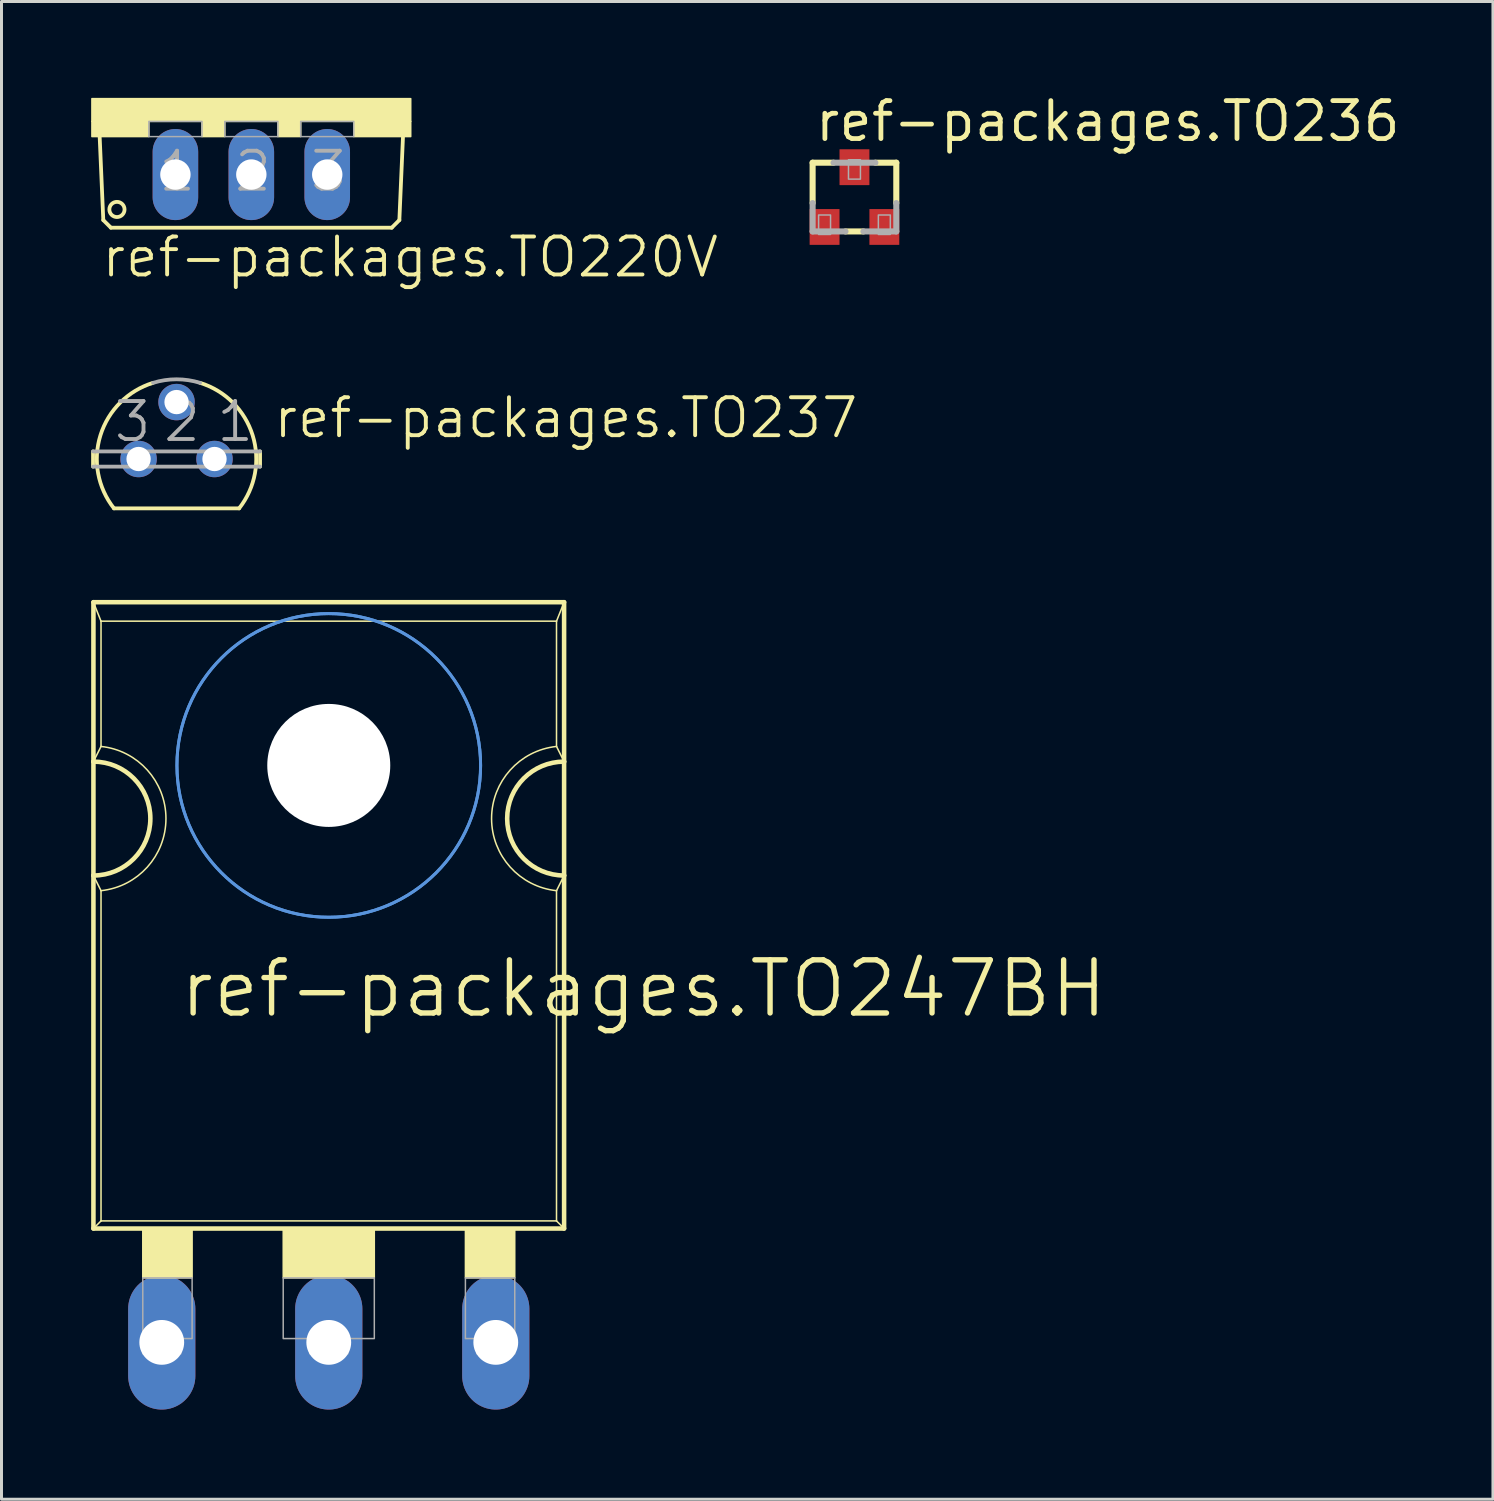
<source format=kicad_pcb>
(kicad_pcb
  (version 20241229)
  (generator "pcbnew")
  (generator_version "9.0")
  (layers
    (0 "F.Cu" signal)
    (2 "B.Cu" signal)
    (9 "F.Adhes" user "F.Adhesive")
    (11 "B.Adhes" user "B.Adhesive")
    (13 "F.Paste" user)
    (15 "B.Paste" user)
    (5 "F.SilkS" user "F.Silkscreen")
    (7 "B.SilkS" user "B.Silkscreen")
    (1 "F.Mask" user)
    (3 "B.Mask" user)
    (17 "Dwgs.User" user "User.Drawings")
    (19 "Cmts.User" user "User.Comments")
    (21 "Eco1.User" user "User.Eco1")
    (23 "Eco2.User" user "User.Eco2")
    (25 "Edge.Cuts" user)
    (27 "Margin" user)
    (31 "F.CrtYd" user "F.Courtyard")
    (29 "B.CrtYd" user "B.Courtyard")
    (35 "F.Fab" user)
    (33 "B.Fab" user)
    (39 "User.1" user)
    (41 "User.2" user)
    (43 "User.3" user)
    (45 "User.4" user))
  (footprint "ref-packages.TO220V"
    (layer "F.Cu")
    (at 5.359 0.25)
    (property "Reference" "ref-packages.TO220V" (at -5.08 6.045 0) (layer "F.SilkS") (effects (font (size 1.27 1.27) (thickness 0.13)) (justify left bottom)))
    (attr through_hole)
    (fp_line (start -4.953 4.064) (end -5.08 1.143) (stroke (width 0.127) (type default)) (layer "F.SilkS"))
    (fp_line (start -4.953 4.064) (end -4.699 4.318) (stroke (width 0.127) (type default)) (layer "F.SilkS"))
    (fp_line (start 4.699 4.318) (end -4.699 4.318) (stroke (width 0.127) (type default)) (layer "F.SilkS"))
    (fp_line (start 4.699 4.318) (end 4.953 4.064) (stroke (width 0.127) (type default)) (layer "F.SilkS"))
    (fp_line (start 5.08 1.143) (end 4.953 4.064) (stroke (width 0.127) (type default)) (layer "F.SilkS"))
    (fp_rect (start -5.334 0.762) (end 5.334 0) (stroke (width 0.05) (type default)) (fill yes) (layer "F.SilkS"))
    (fp_rect (start -5.334 1.27) (end -3.429 0.762) (stroke (width 0.05) (type default)) (fill yes) (layer "F.SilkS"))
    (fp_rect (start -1.651 1.27) (end -0.889 0.762) (stroke (width 0.05) (type default)) (fill yes) (layer "F.SilkS"))
    (fp_rect (start 0.889 1.27) (end 1.651 0.762) (stroke (width 0.05) (type default)) (fill yes) (layer "F.SilkS"))
    (fp_rect (start 3.429 1.27) (end 5.334 0.762) (stroke (width 0.05) (type default)) (fill yes) (layer "F.SilkS"))
    (fp_circle (center -4.496 3.708) (end -4.242 3.708) (stroke (width 0.127) (type default)) (fill no) (layer "F.SilkS"))
    (fp_rect (start -3.429 1.27) (end -1.651 0.762) (stroke (width 0.05) (type default)) (fill no) (layer "F.Fab"))
    (fp_rect (start -0.889 1.27) (end 0.889 0.762) (stroke (width 0.05) (type default)) (fill no) (layer "F.Fab"))
    (fp_rect (start 1.651 1.27) (end 3.429 0.762) (stroke (width 0.05) (type default)) (fill no) (layer "F.Fab"))
    (fp_text user "3" (at 1.905 3.175 0) (layer "F.Fab") (effects (font (size 1.27 1.27) (thickness 0.13)) (justify left bottom)))
    (fp_text user "1" (at -3.175 3.175 0) (layer "F.Fab") (effects (font (size 1.27 1.27) (thickness 0.13)) (justify left bottom)))
    (fp_text user "2" (at -0.635 3.175 0) (layer "F.Fab") (effects (font (size 1.27 1.27) (thickness 0.13)) (justify left bottom)))
    (pad "1" thru_hole oval (at -2.54 2.54 90) (size 3.048 1.524) (drill 1.016) (layers "*.Cu" "*.Mask"))
    (pad "2" thru_hole oval (at 0 2.54 90) (size 3.048 1.524) (drill 1.016) (layers "*.Cu" "*.Mask"))
    (pad "3" thru_hole oval (at 2.54 2.54 90) (size 3.048 1.524) (drill 1.016) (layers "*.Cu" "*.Mask")))
  (footprint "ref-packages.TO237"
    (layer "F.Cu")
    (at 2.857 12.308)
    (property "Reference" "ref-packages.TO237" (at 3.175 -0.635 0) (layer "F.SilkS") (effects (font (size 1.27 1.27) (thickness 0.13)) (justify left bottom)))
    (attr through_hole)
    (fp_line (start -2.794 0.254) (end -2.794 -0.254) (stroke (width 0.127) (type default)) (layer "F.SilkS"))
    (fp_line (start -2.095 1.651) (end 2.095 1.651) (stroke (width 0.127) (type default)) (layer "F.SilkS"))
    (fp_line (start 2.794 -0.254) (end 2.794 0.254) (stroke (width 0.127) (type default)) (layer "F.SilkS"))
    (fp_arc (start -2.0946 1.651) (mid -2.54634 -0.793276) (end -0.7863 -2.5485) (stroke (width 0.127) (type default)) (layer "F.SilkS"))
    (fp_arc (start 0.7863 -2.5484) (mid 2.54627 -0.793201) (end 2.0945 1.651) (stroke (width 0.127) (type default)) (layer "F.SilkS"))
    (fp_line (start -2.794 -0.254) (end 2.794 -0.254) (stroke (width 0.127) (type default)) (layer "F.Fab"))
    (fp_line (start 2.794 0.254) (end -2.794 0.254) (stroke (width 0.127) (type default)) (layer "F.Fab"))
    (fp_arc (start -0.7863 -2.5485) (mid 0 -2.667043) (end 0.7863 -2.5485) (stroke (width 0.127) (type default)) (layer "F.Fab"))
    (fp_text user "3" (at -2.159 -0.508 0) (layer "F.Fab") (effects (font (size 1.27 1.27) (thickness 0.13)) (justify left bottom)))
    (fp_text user "1" (at 1.27 -0.508 0) (layer "F.Fab") (effects (font (size 1.27 1.27) (thickness 0.13)) (justify left bottom)))
    (fp_text user "2" (at -0.508 -0.508 0) (layer "F.Fab") (effects (font (size 1.27 1.27) (thickness 0.13)) (justify left bottom)))
    (pad "1" thru_hole circle (at 1.27 0) (size 1.219 1.219) (drill 0.813) (layers "*.Cu" "*.Mask"))
    (pad "2" thru_hole circle (at 0 -1.905) (size 1.219 1.219) (drill 0.813) (layers "*.Cu" "*.Mask"))
    (pad "3" thru_hole circle (at -1.27 0) (size 1.219 1.219) (drill 0.813) (layers "*.Cu" "*.Mask")))
  (footprint "ref-packages.TO236"
    (layer "F.Cu")
    (at 25.539 3.544)
    (property "Reference" "ref-packages.TO236" (at -1.397 -1.794 0) (layer "F.SilkS") (effects (font (size 1.27 1.27) (thickness 0.16)) (justify left bottom)))
    (attr smd)
    (fp_line (start -1.4 -1.15) (end -1.4 0.2) (stroke (width 0.203) (type default)) (layer "F.SilkS"))
    (fp_line (start -1.4 -1.15) (end -0.7 -1.15) (stroke (width 0.203) (type default)) (layer "F.SilkS"))
    (fp_line (start -0.3 1.15) (end 0.3 1.15) (stroke (width 0.203) (type default)) (layer "F.SilkS"))
    (fp_line (start 1.4 -1.15) (end 0.7 -1.15) (stroke (width 0.203) (type default)) (layer "F.SilkS"))
    (fp_line (start 1.4 0.2) (end 1.4 -1.15) (stroke (width 0.203) (type default)) (layer "F.SilkS"))
    (fp_line (start -1.4 0.2) (end -1.4 1.15) (stroke (width 0.203) (type default)) (layer "F.Fab"))
    (fp_line (start -1.4 1.15) (end -0.3 1.15) (stroke (width 0.203) (type default)) (layer "F.Fab"))
    (fp_line (start -0.7 -1.15) (end 0.7 -1.15) (stroke (width 0.203) (type default)) (layer "F.Fab"))
    (fp_line (start 0.3 1.15) (end 1.4 1.15) (stroke (width 0.203) (type default)) (layer "F.Fab"))
    (fp_line (start 1.4 1.15) (end 1.4 0.2) (stroke (width 0.203) (type default)) (layer "F.Fab"))
    (fp_rect (start -1.2 1.25) (end -0.8 0.6) (stroke (width 0.05) (type default)) (fill no) (layer "F.Fab"))
    (fp_rect (start -0.2 -0.6) (end 0.2 -1.25) (stroke (width 0.05) (type default)) (fill no) (layer "F.Fab"))
    (fp_rect (start 0.8 1.25) (end 1.2 0.6) (stroke (width 0.05) (type default)) (fill no) (layer "F.Fab"))
    (pad "A" smd roundrect (at -1 1) (size 1 1.2) (layers "F.Cu" "F.Mask" "F.Paste") (roundrect_rratio 0.01))
    (pad "C" smd roundrect (at 0 -1) (size 1 1.2) (layers "F.Cu" "F.Mask" "F.Paste") (roundrect_rratio 0.01))
    (pad "NC" smd roundrect (at 1 1) (size 1 1.2) (layers "F.Cu" "F.Mask" "F.Paste") (roundrect_rratio 0.01)))
  (footprint "ref-packages.TO247BH"
    (layer "F.Cu")
    (at 7.95 31.704)
    (property "Reference" "ref-packages.TO247BH" (at -5.08 -0.635 0) (layer "F.SilkS") (effects (font (size 1.778 1.778) (thickness 0.18)) (justify left bottom)))
    (attr through_hole)
    (fp_line (start -7.874 -9.271) (end -7.874 -14.605) (stroke (width 0.152) (type default)) (layer "F.SilkS"))
    (fp_line (start -7.874 -5.461) (end -7.874 -9.271) (stroke (width 0.152) (type default)) (layer "F.SilkS"))
    (fp_line (start -7.874 6.35) (end -7.874 -5.461) (stroke (width 0.152) (type default)) (layer "F.SilkS"))
    (fp_line (start -7.874 6.35) (end 7.874 6.35) (stroke (width 0.152) (type default)) (layer "F.SilkS"))
    (fp_line (start -7.62 -13.97) (end -7.874 -14.605) (stroke (width 0.051) (type default)) (layer "F.SilkS"))
    (fp_line (start -7.62 -9.779) (end -7.874 -9.271) (stroke (width 0.051) (type default)) (layer "F.SilkS"))
    (fp_line (start -7.62 -9.779) (end -7.62 -13.97) (stroke (width 0.051) (type default)) (layer "F.SilkS"))
    (fp_line (start -7.62 -4.953) (end -7.874 -5.461) (stroke (width 0.051) (type default)) (layer "F.SilkS"))
    (fp_line (start -7.62 6.096) (end -7.874 6.35) (stroke (width 0.051) (type default)) (layer "F.SilkS"))
    (fp_line (start -7.62 6.096) (end -7.62 -4.953) (stroke (width 0.051) (type default)) (layer "F.SilkS"))
    (fp_line (start -7.62 6.096) (end 7.62 6.096) (stroke (width 0.051) (type default)) (layer "F.SilkS"))
    (fp_line (start 7.62 -13.97) (end -7.62 -13.97) (stroke (width 0.051) (type default)) (layer "F.SilkS"))
    (fp_line (start 7.62 -9.779) (end 7.62 -13.97) (stroke (width 0.051) (type default)) (layer "F.SilkS"))
    (fp_line (start 7.62 6.096) (end 7.62 -4.953) (stroke (width 0.051) (type default)) (layer "F.SilkS"))
    (fp_line (start 7.874 -14.605) (end -7.874 -14.605) (stroke (width 0.152) (type default)) (layer "F.SilkS"))
    (fp_line (start 7.874 -14.605) (end 7.62 -13.97) (stroke (width 0.051) (type default)) (layer "F.SilkS"))
    (fp_line (start 7.874 -14.605) (end 7.874 -9.271) (stroke (width 0.152) (type default)) (layer "F.SilkS"))
    (fp_line (start 7.874 -9.271) (end 7.62 -9.779) (stroke (width 0.051) (type default)) (layer "F.SilkS"))
    (fp_line (start 7.874 -9.271) (end 7.874 -5.461) (stroke (width 0.152) (type default)) (layer "F.SilkS"))
    (fp_line (start 7.874 -5.461) (end 7.62 -4.953) (stroke (width 0.051) (type default)) (layer "F.SilkS"))
    (fp_line (start 7.874 -5.461) (end 7.874 6.35) (stroke (width 0.152) (type default)) (layer "F.SilkS"))
    (fp_line (start 7.874 6.35) (end 7.62 6.096) (stroke (width 0.051) (type default)) (layer "F.SilkS"))
    (fp_rect (start -6.223 8.001) (end -4.572 6.35) (stroke (width 0.05) (type default)) (fill yes) (layer "F.SilkS"))
    (fp_rect (start -1.524 8.001) (end 1.524 6.35) (stroke (width 0.05) (type default)) (fill yes) (layer "F.SilkS"))
    (fp_rect (start 4.572 8.001) (end 6.223 6.35) (stroke (width 0.05) (type default)) (fill yes) (layer "F.SilkS"))
    (fp_arc (start -7.874 -9.271) (mid -5.969 -7.366) (end -7.874 -5.461) (stroke (width 0.1524) (type default)) (layer "F.SilkS"))
    (fp_arc (start -7.62 -9.779) (mid -5.447668 -7.366) (end -7.62 -4.953) (stroke (width 0.0508) (type default)) (layer "F.SilkS"))
    (fp_arc (start 7.62 -4.953) (mid 5.447668 -7.366) (end 7.62 -9.779) (stroke (width 0.0508) (type default)) (layer "F.SilkS"))
    (fp_arc (start 7.874 -5.461) (mid 5.969 -7.366) (end 7.874 -9.271) (stroke (width 0.1524) (type default)) (layer "F.SilkS"))
    (fp_circle (center 0 -9.144) (end 1.905 -9.144) (stroke (width 0.152) (type default)) (fill no) (layer "F.SilkS"))
    (fp_circle (center 0 -9.144) (end 5.08 -9.144) (stroke (width 0.1) (type default)) (fill no) (layer "Cmts.User"))
    (fp_circle (center 0 -9.144) (end 5.08 -9.144) (stroke (width 0.1) (type default)) (fill no) (layer "Cmts.User"))
    (fp_rect (start -6.223 10.033) (end -4.572 8.001) (stroke (width 0.05) (type default)) (fill no) (layer "F.Fab"))
    (fp_rect (start -6.223 10.541) (end -4.953 10.033) (stroke (width 0.05) (type default)) (fill no) (layer "F.Fab"))
    (fp_rect (start -1.524 10.033) (end 1.524 8.001) (stroke (width 0.05) (type default)) (fill no) (layer "F.Fab"))
    (fp_rect (start -0.635 10.541) (end 0.635 10.033) (stroke (width 0.05) (type default)) (fill no) (layer "F.Fab"))
    (fp_rect (start 4.572 10.033) (end 6.223 8.001) (stroke (width 0.05) (type default)) (fill no) (layer "F.Fab"))
    (fp_rect (start 4.953 10.541) (end 6.223 10.033) (stroke (width 0.05) (type default)) (fill no) (layer "F.Fab"))
    (pad "" np_thru_hole circle (at 0 -9.144) (size 4.115 4.115) (drill 4.115) (layers "*.Cu" "*.Mask"))
    (pad "D" thru_hole oval (at 0 10.16 90) (size 4.496 2.248) (drill 1.499) (layers "*.Cu" "*.Mask"))
    (pad "G" thru_hole oval (at -5.588 10.16 90) (size 4.496 2.248) (drill 1.499) (layers "*.Cu" "*.Mask"))
    (pad "S" thru_hole oval (at 5.588 10.16 90) (size 4.496 2.248) (drill 1.499) (layers "*.Cu" "*.Mask")))
  (gr_rect
    (start -3 -3)
    (end 46.902 47.112)
    (stroke (width 0.1) (type default))
    (fill no)
    (layer "Edge.Cuts")))
</source>
